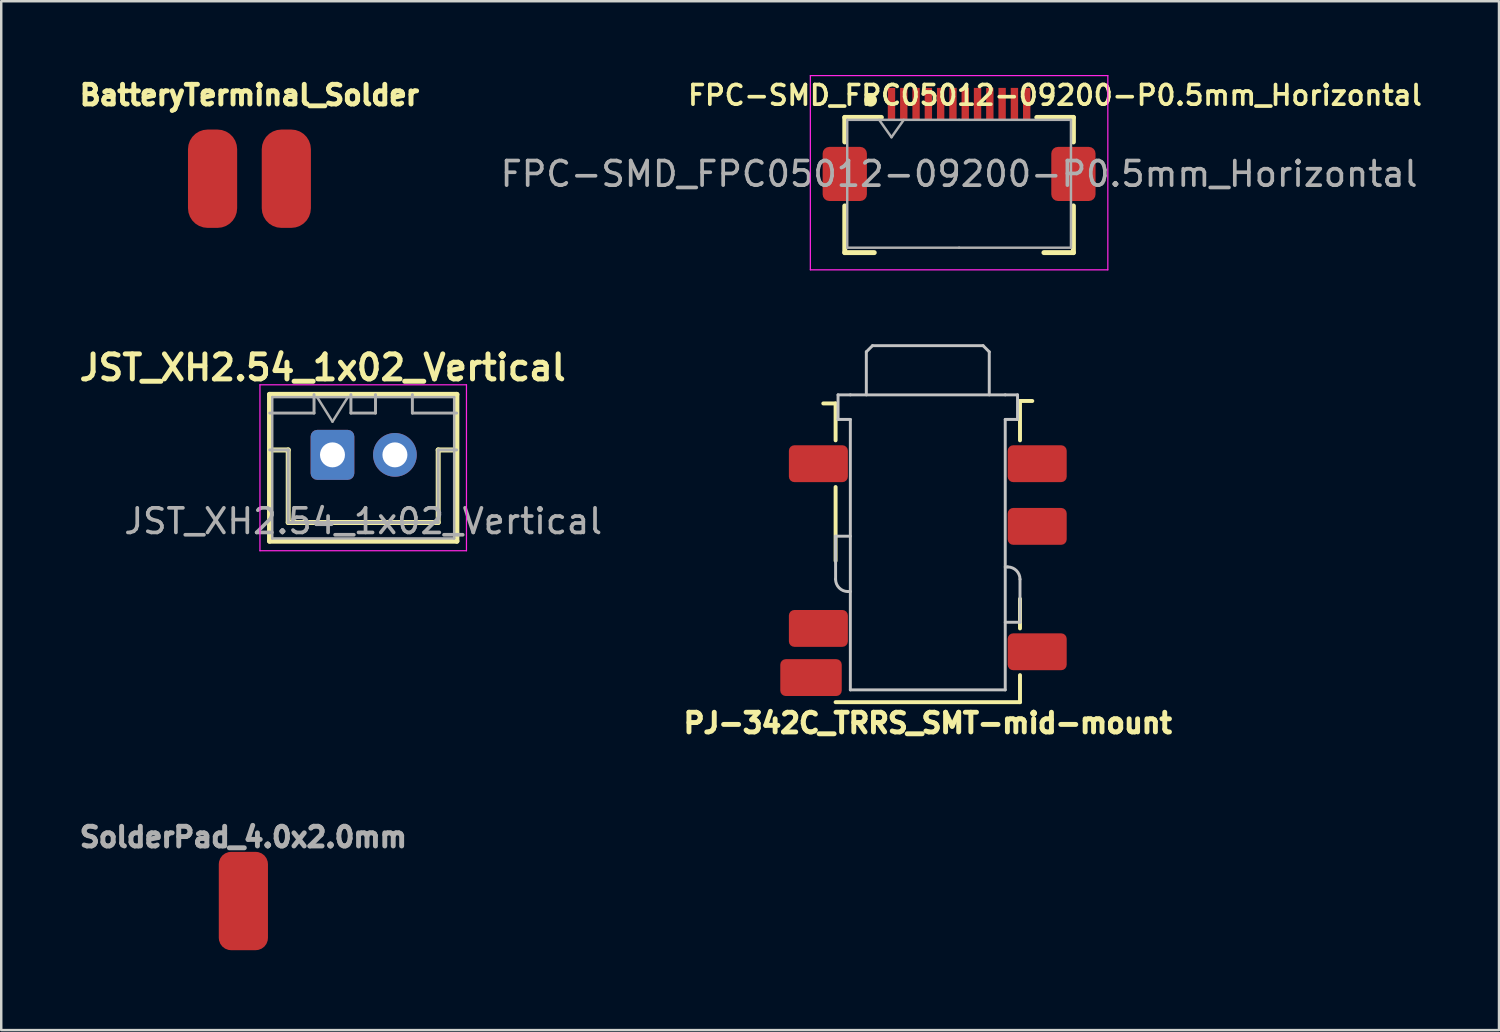
<source format=kicad_pcb>
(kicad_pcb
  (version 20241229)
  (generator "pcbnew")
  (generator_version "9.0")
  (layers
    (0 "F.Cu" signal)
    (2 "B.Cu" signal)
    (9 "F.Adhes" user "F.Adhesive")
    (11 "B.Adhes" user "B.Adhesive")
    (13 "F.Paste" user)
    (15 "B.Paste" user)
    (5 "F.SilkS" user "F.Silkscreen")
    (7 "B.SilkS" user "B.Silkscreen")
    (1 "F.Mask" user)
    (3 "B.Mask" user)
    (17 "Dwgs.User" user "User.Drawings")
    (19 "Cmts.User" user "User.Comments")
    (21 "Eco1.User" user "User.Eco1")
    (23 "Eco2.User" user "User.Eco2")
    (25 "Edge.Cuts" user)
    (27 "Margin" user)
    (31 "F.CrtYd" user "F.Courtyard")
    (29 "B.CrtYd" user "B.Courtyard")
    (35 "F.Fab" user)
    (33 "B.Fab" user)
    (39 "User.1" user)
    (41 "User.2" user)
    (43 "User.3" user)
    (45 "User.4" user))
  (footprint "FPC-SMD_FPC05012-09200-P0.5mm_Horizontal"
    (layer "F.Cu")
    (at 35.96 3.025)
    (property "Reference" "FPC-SMD_FPC05012-09200-P0.5mm_Horizontal" (at 3.9 -2.2 0) (unlocked yes) (layer "F.SilkS") (effects (font (size 0.8 0.8) (thickness 0.15))))
    (attr smd)
    (fp_line (start -4.65 -1.3) (end -4.65 -0.3) (stroke (width 0.2) (type solid)) (layer "F.SilkS"))
    (fp_line (start -4.65 2.3) (end -4.65 4.2) (stroke (width 0.2) (type solid)) (layer "F.SilkS"))
    (fp_line (start -3.45 4.2) (end -4.65 4.2) (stroke (width 0.2) (type solid)) (layer "F.SilkS"))
    (fp_line (start -3.16 -1.3) (end -4.65 -1.3) (stroke (width 0.2) (type solid)) (layer "F.SilkS"))
    (fp_line (start 3.16 -1.3) (end 4.65 -1.3) (stroke (width 0.2) (type solid)) (layer "F.SilkS"))
    (fp_line (start 4.65 -1.3) (end 4.65 -0.3) (stroke (width 0.2) (type solid)) (layer "F.SilkS"))
    (fp_line (start 4.65 4.2) (end 3.45 4.2) (stroke (width 0.2) (type solid)) (layer "F.SilkS"))
    (fp_line (start 4.65 4.2) (end 4.65 2.3) (stroke (width 0.2) (type solid)) (layer "F.SilkS"))
    (fp_circle (center -3.6 -2) (end -3.4 -2) (stroke (width 0.12) (type solid)) (fill yes) (layer "F.SilkS"))
    (fp_line (start -6.05 -3) (end -6.05 4.9) (stroke (width 0.05) (type solid)) (layer "F.CrtYd"))
    (fp_line (start -6.05 4.9) (end 6.05 4.9) (stroke (width 0.05) (type solid)) (layer "F.CrtYd"))
    (fp_line (start 6.05 -3) (end -6.05 -3) (stroke (width 0.05) (type solid)) (layer "F.CrtYd"))
    (fp_line (start 6.05 4.9) (end 6.05 -3) (stroke (width 0.05) (type solid)) (layer "F.CrtYd"))
    (fp_line (start -4.55 -1.2) (end -4.55 4) (stroke (width 0.1) (type solid)) (layer "F.Fab"))
    (fp_line (start -4.55 4) (end 0 4) (stroke (width 0.1) (type solid)) (layer "F.Fab"))
    (fp_line (start -3.25 -1.2) (end -2.75 -0.493) (stroke (width 0.1) (type solid)) (layer "F.Fab"))
    (fp_line (start -2.75 -0.493) (end -2.25 -1.2) (stroke (width 0.1) (type solid)) (layer "F.Fab"))
    (fp_line (start 0 -1.2) (end -4.55 -1.2) (stroke (width 0.1) (type solid)) (layer "F.Fab"))
    (fp_line (start 0 -1.2) (end 4.55 -1.2) (stroke (width 0.1) (type solid)) (layer "F.Fab"))
    (fp_line (start 4.55 -1.2) (end 4.55 4) (stroke (width 0.1) (type solid)) (layer "F.Fab"))
    (fp_line (start 4.55 4) (end 0 4) (stroke (width 0.1) (type solid)) (layer "F.Fab"))
    (fp_text user "${REFERENCE}" (at 0 1 0) (layer "F.Fab") (effects (font (size 1 1) (thickness 0.15))))
    (pad "1" smd rect (at -2.75 -1.85) (size 0.3 1.3) (layers "F.Cu" "F.Mask" "F.Paste"))
    (pad "2" smd rect (at -2.25 -1.85) (size 0.3 1.3) (layers "F.Cu" "F.Mask" "F.Paste"))
    (pad "3" smd rect (at -1.75 -1.85) (size 0.3 1.3) (layers "F.Cu" "F.Mask" "F.Paste"))
    (pad "4" smd rect (at -1.25 -1.85) (size 0.3 1.3) (layers "F.Cu" "F.Mask" "F.Paste"))
    (pad "5" smd rect (at -0.75 -1.85) (size 0.3 1.3) (layers "F.Cu" "F.Mask" "F.Paste"))
    (pad "6" smd rect (at -0.25 -1.85) (size 0.3 1.3) (layers "F.Cu" "F.Mask" "F.Paste"))
    (pad "7" smd rect (at 0.25 -1.85) (size 0.3 1.3) (layers "F.Cu" "F.Mask" "F.Paste"))
    (pad "8" smd rect (at 0.75 -1.85) (size 0.3 1.3) (layers "F.Cu" "F.Mask" "F.Paste"))
    (pad "9" smd rect (at 1.25 -1.85) (size 0.3 1.3) (layers "F.Cu" "F.Mask" "F.Paste"))
    (pad "10" smd rect (at 1.75 -1.85) (size 0.3 1.3) (layers "F.Cu" "F.Mask" "F.Paste"))
    (pad "11" smd rect (at 2.25 -1.85) (size 0.3 1.3) (layers "F.Cu" "F.Mask" "F.Paste"))
    (pad "12" smd rect (at 2.75 -1.85) (size 0.3 1.3) (layers "F.Cu" "F.Mask" "F.Paste"))
    (pad "MP" smd roundrect (at -4.65 1) (size 1.8 2.2) (layers "F.Cu" "F.Mask" "F.Paste") (roundrect_rratio 0.15))
    (pad "MP" smd roundrect (at 4.65 1) (size 1.8 2.2) (layers "F.Cu" "F.Mask" "F.Paste") (roundrect_rratio 0.15)))
  (footprint "SolderPad_4.0x2.0mm"
    (layer "F.Cu")
    (at 6.849 35.598)
    (property "Reference" "SolderPad_4.0x2.0mm" (at 0 -4.6 0) (layer "F.Fab") (effects (font (size 0.8 0.8) (thickness 0.2))))
    (attr through_hole)
    (pad "1" smd roundrect (at 0 -2) (size 2 4) (layers "F.Cu" "F.Mask") (roundrect_rratio 0.25)))
  (footprint "JST_XH2.54_1x02_Vertical"
    (layer "F.Cu")
    (at 10.473 15.451)
    (property "Reference" "JST_XH2.54_1x02_Vertical" (at -0.4 -3.55 0) (layer "F.SilkS") (effects (font (size 1.016 1.016) (thickness 0.203))))
    (attr through_hole)
    (fp_line (start -2.56 -2.46) (end -2.56 3.51) (stroke (width 0.203) (type solid)) (layer "F.SilkS"))
    (fp_line (start -2.56 3.51) (end 5.06 3.51) (stroke (width 0.203) (type solid)) (layer "F.SilkS"))
    (fp_line (start -2.55 -2.45) (end -2.55 -1.7) (stroke (width 0.12) (type solid)) (layer "F.SilkS"))
    (fp_line (start -2.55 -0.2) (end -1.8 -0.2) (stroke (width 0.203) (type solid)) (layer "F.SilkS"))
    (fp_line (start -1.8 -0.2) (end -1.8 2.75) (stroke (width 0.203) (type solid)) (layer "F.SilkS"))
    (fp_line (start -1.8 2.75) (end 1.25 2.75) (stroke (width 0.203) (type solid)) (layer "F.SilkS"))
    (fp_line (start 1.75 -2.45) (end 0.75 -2.45) (stroke (width 0.12) (type solid)) (layer "F.SilkS"))
    (fp_line (start 4.3 -0.2) (end 4.3 2.75) (stroke (width 0.203) (type solid)) (layer "F.SilkS"))
    (fp_line (start 4.3 2.75) (end 1.25 2.75) (stroke (width 0.203) (type solid)) (layer "F.SilkS"))
    (fp_line (start 5.05 -2.45) (end 3.25 -2.45) (stroke (width 0.12) (type solid)) (layer "F.SilkS"))
    (fp_line (start 5.05 -1.7) (end 5.05 -2.45) (stroke (width 0.12) (type solid)) (layer "F.SilkS"))
    (fp_line (start 5.05 -0.2) (end 4.3 -0.2) (stroke (width 0.203) (type solid)) (layer "F.SilkS"))
    (fp_line (start 5.06 -2.46) (end -2.56 -2.46) (stroke (width 0.203) (type solid)) (layer "F.SilkS"))
    (fp_line (start 5.06 3.51) (end 5.06 -2.46) (stroke (width 0.203) (type solid)) (layer "F.SilkS"))
    (fp_line (start -2.95 -2.85) (end -2.95 3.9) (stroke (width 0.05) (type solid)) (layer "F.CrtYd"))
    (fp_line (start -2.95 3.9) (end 5.45 3.9) (stroke (width 0.05) (type solid)) (layer "F.CrtYd"))
    (fp_line (start 5.45 -2.85) (end -2.95 -2.85) (stroke (width 0.05) (type solid)) (layer "F.CrtYd"))
    (fp_line (start 5.45 3.9) (end 5.45 -2.85) (stroke (width 0.05) (type solid)) (layer "F.CrtYd"))
    (fp_line (start -2.55 -1.7) (end -0.75 -1.7) (stroke (width 0.12) (type solid)) (layer "F.Fab"))
    (fp_line (start -2.55 -0.2) (end -1.8 -0.2) (stroke (width 0.12) (type solid)) (layer "F.Fab"))
    (fp_line (start -2.45 -2.35) (end -2.45 3.4) (stroke (width 0.1) (type solid)) (layer "F.Fab"))
    (fp_line (start -2.45 3.4) (end 4.95 3.4) (stroke (width 0.1) (type solid)) (layer "F.Fab"))
    (fp_line (start -1.8 -0.2) (end -1.8 2.75) (stroke (width 0.12) (type solid)) (layer "F.Fab"))
    (fp_line (start -1.8 2.75) (end 1.25 2.75) (stroke (width 0.12) (type solid)) (layer "F.Fab"))
    (fp_line (start -0.75 -1.7) (end -0.75 -2.45) (stroke (width 0.12) (type solid)) (layer "F.Fab"))
    (fp_line (start -0.625 -2.35) (end 0 -1.35) (stroke (width 0.1) (type solid)) (layer "F.Fab"))
    (fp_line (start 0 -1.35) (end 0.625 -2.35) (stroke (width 0.1) (type solid)) (layer "F.Fab"))
    (fp_line (start 0.75 -2.45) (end 0.75 -1.7) (stroke (width 0.12) (type solid)) (layer "F.Fab"))
    (fp_line (start 0.75 -1.7) (end 1.75 -1.7) (stroke (width 0.12) (type solid)) (layer "F.Fab"))
    (fp_line (start 1.75 -1.7) (end 1.75 -2.45) (stroke (width 0.12) (type solid)) (layer "F.Fab"))
    (fp_line (start 3.25 -2.45) (end 3.25 -1.7) (stroke (width 0.12) (type solid)) (layer "F.Fab"))
    (fp_line (start 3.25 -1.7) (end 5.05 -1.7) (stroke (width 0.12) (type solid)) (layer "F.Fab"))
    (fp_line (start 4.3 -0.2) (end 4.3 2.75) (stroke (width 0.12) (type solid)) (layer "F.Fab"))
    (fp_line (start 4.3 2.75) (end 1.25 2.75) (stroke (width 0.12) (type solid)) (layer "F.Fab"))
    (fp_line (start 4.95 -2.35) (end -2.45 -2.35) (stroke (width 0.1) (type solid)) (layer "F.Fab"))
    (fp_line (start 4.95 3.4) (end 4.95 -2.35) (stroke (width 0.1) (type solid)) (layer "F.Fab"))
    (fp_line (start 5.05 -0.2) (end 4.3 -0.2) (stroke (width 0.12) (type solid)) (layer "F.Fab"))
    (fp_text user "${REFERENCE}" (at 1.25 2.7 0) (layer "F.Fab") (effects (font (size 1 1) (thickness 0.15))))
    (pad "1" thru_hole roundrect (at 0 0) (size 1.778 2.032) (drill 1.016) (layers "*.Cu" "*.Mask") (roundrect_rratio 0.15))
    (pad "2" thru_hole circle (at 2.54 0) (size 1.778 1.778) (drill 1.016) (layers "*.Cu" "*.Mask")))
  (footprint "BatteryTerminal_Solder"
    (layer "F.Cu")
    (at 7.096 6.219)
    (property "Reference" "BatteryTerminal_Solder" (at 0 -5.4 0) (layer "F.SilkS") (effects (font (size 0.8 0.8) (thickness 0.2))))
    (attr through_hole)
    (pad "1" smd roundrect (at -1.5 -2) (size 2 4) (layers "F.Cu" "F.Mask" "F.Paste") (roundrect_rratio 0.4))
    (pad "2" smd roundrect (at 1.5 -2) (size 2 4) (layers "F.Cu" "F.Mask" "F.Paste") (roundrect_rratio 0.4)))
  (footprint "PJ-342C_TRRS_SMT-mid-mount"
    (layer "F.Cu")
    (at 34.687 13.01)
    (property "Reference" "PJ-342C_TRRS_SMT-mid-mount" (at 0 13.35 0) (layer "F.SilkS") (effects (font (size 0.8 0.8) (thickness 0.2))))
    (attr through_hole)
    (fp_line (start -3.75 0.35) (end -4.25 0.35) (stroke (width 0.16) (type solid)) (layer "F.SilkS"))
    (fp_line (start -3.75 1.85) (end -3.75 0.35) (stroke (width 0.16) (type solid)) (layer "F.SilkS"))
    (fp_line (start -3.75 3.75) (end -3.75 6.75) (stroke (width 0.16) (type solid)) (layer "F.SilkS"))
    (fp_line (start 3.75 1.85) (end 3.75 0.25) (stroke (width 0.16) (type solid)) (layer "F.SilkS"))
    (fp_line (start 3.75 9.5) (end 3.75 8.3) (stroke (width 0.16) (type solid)) (layer "F.SilkS"))
    (fp_line (start 3.75 11.4) (end 3.75 12.5) (stroke (width 0.16) (type solid)) (layer "F.SilkS"))
    (fp_line (start 3.75 12.5) (end -3.75 12.5) (stroke (width 0.16) (type solid)) (layer "F.SilkS"))
    (fp_line (start 4.25 0.25) (end 3.75 0.25) (stroke (width 0.16) (type solid)) (layer "F.SilkS"))
    (fp_line (start -3.75 5.75) (end -3.15 5.75) (stroke (width 0.12) (type solid)) (layer "Dwgs.User"))
    (fp_line (start -3.75 7.5) (end -3.75 5.75) (stroke (width 0.12) (type solid)) (layer "Dwgs.User"))
    (fp_line (start -3.65 0) (end -3.65 1) (stroke (width 0.12) (type solid)) (layer "Dwgs.User"))
    (fp_line (start -3.65 1) (end -3.15 1) (stroke (width 0.12) (type solid)) (layer "Dwgs.User"))
    (fp_line (start -3.15 0) (end -3.65 0) (stroke (width 0.12) (type solid)) (layer "Dwgs.User"))
    (fp_line (start -3.15 0) (end 3.15 0) (stroke (width 0.12) (type solid)) (layer "Dwgs.User"))
    (fp_line (start -3.15 1) (end -3.15 12) (stroke (width 0.12) (type solid)) (layer "Dwgs.User"))
    (fp_line (start -3.15 8) (end -3.25 8) (stroke (width 0.12) (type solid)) (layer "Dwgs.User"))
    (fp_line (start -3.15 12) (end 3.15 12) (stroke (width 0.12) (type solid)) (layer "Dwgs.User"))
    (fp_line (start -2.5 -1.75) (end -2.5 0) (stroke (width 0.12) (type solid)) (layer "Dwgs.User"))
    (fp_line (start -2.25 -2) (end -2.5 -1.75) (stroke (width 0.12) (type solid)) (layer "Dwgs.User"))
    (fp_line (start 2.25 -2) (end -2.25 -2) (stroke (width 0.12) (type solid)) (layer "Dwgs.User"))
    (fp_line (start 2.5 -1.75) (end 2.25 -2) (stroke (width 0.12) (type solid)) (layer "Dwgs.User"))
    (fp_line (start 2.5 0) (end 2.5 -1.75) (stroke (width 0.12) (type solid)) (layer "Dwgs.User"))
    (fp_line (start 3.15 0) (end 3.65 0) (stroke (width 0.12) (type solid)) (layer "Dwgs.User"))
    (fp_line (start 3.15 7) (end 3.25 7) (stroke (width 0.12) (type solid)) (layer "Dwgs.User"))
    (fp_line (start 3.15 12) (end 3.15 1) (stroke (width 0.12) (type solid)) (layer "Dwgs.User"))
    (fp_line (start 3.65 0) (end 3.65 1) (stroke (width 0.12) (type solid)) (layer "Dwgs.User"))
    (fp_line (start 3.65 1) (end 3.15 1) (stroke (width 0.12) (type solid)) (layer "Dwgs.User"))
    (fp_line (start 3.75 7.5) (end 3.75 9.25) (stroke (width 0.12) (type solid)) (layer "Dwgs.User"))
    (fp_line (start 3.75 9.25) (end 3.15 9.25) (stroke (width 0.12) (type solid)) (layer "Dwgs.User"))
    (fp_arc (start -3.25 8) (mid -3.603553 7.853553) (end -3.75 7.5) (stroke (width 0.12) (type solid)) (layer "Dwgs.User"))
    (fp_arc (start 3.25 7) (mid 3.603553 7.146447) (end 3.75 7.5) (stroke (width 0.12) (type solid)) (layer "Dwgs.User"))
    (fp_line (start -6.5 0) (end -3.25 0) (stroke (width 0.12) (type solid)) (layer "Eco1.User"))
    (fp_line (start -3.25 0) (end -3.25 6.9) (stroke (width 0.12) (type solid)) (layer "Eco1.User"))
    (fp_line (start -3.25 6.9) (end -3.4 6.9) (stroke (width 0.12) (type solid)) (layer "Eco1.User"))
    (fp_line (start -3.25 8.1) (end -3.4 8.1) (stroke (width 0.12) (type solid)) (layer "Eco1.User"))
    (fp_line (start -3.25 12) (end -3.25 8.1) (stroke (width 0.12) (type solid)) (layer "Eco1.User"))
    (fp_line (start -3 12.25) (end 3 12.25) (stroke (width 0.12) (type solid)) (layer "Eco1.User"))
    (fp_line (start 3.25 0) (end 6.5 0) (stroke (width 0.12) (type solid)) (layer "Eco1.User"))
    (fp_line (start 3.25 6.9) (end 3.25 0) (stroke (width 0.12) (type solid)) (layer "Eco1.User"))
    (fp_line (start 3.25 6.9) (end 3.4 6.9) (stroke (width 0.12) (type solid)) (layer "Eco1.User"))
    (fp_line (start 3.25 8.1) (end 3.25 12) (stroke (width 0.12) (type solid)) (layer "Eco1.User"))
    (fp_line (start 3.4 8.1) (end 3.25 8.1) (stroke (width 0.12) (type solid)) (layer "Eco1.User"))
    (fp_arc (start -3.4 8.1) (mid -4 7.5) (end -3.4 6.9) (stroke (width 0.12) (type solid)) (layer "Eco1.User"))
    (fp_arc (start -3 12.25) (mid -3.176777 12.176777) (end -3.25 12) (stroke (width 0.12) (type solid)) (layer "Eco1.User"))
    (fp_arc (start 3.25 12) (mid 3.176777 12.176777) (end 3 12.25) (stroke (width 0.12) (type solid)) (layer "Eco1.User"))
    (fp_arc (start 3.4 6.9) (mid 4 7.5) (end 3.4 8.1) (stroke (width 0.12) (type solid)) (layer "Eco1.User"))
    (pad "1" smd roundrect (at 4.45 2.8) (size 2.4 1.5) (layers "F.Cu" "F.Mask" "F.Paste") (roundrect_rratio 0.15))
    (pad "2" smd roundrect (at -4.45 2.8) (size 2.4 1.5) (layers "F.Cu" "F.Mask" "F.Paste") (roundrect_rratio 0.15))
    (pad "3" smd roundrect (at 4.45 5.35) (size 2.4 1.5) (layers "F.Cu" "F.Mask" "F.Paste") (roundrect_rratio 0.15))
    (pad "4" smd roundrect (at -4.45 9.5) (size 2.4 1.5) (layers "F.Cu" "F.Mask" "F.Paste") (roundrect_rratio 0.15))
    (pad "5" smd roundrect (at -4.75 11.5) (size 2.5 1.5) (layers "F.Cu" "F.Mask" "F.Paste") (roundrect_rratio 0.15))
    (pad "6" smd roundrect (at 4.45 10.45) (size 2.4 1.5) (layers "F.Cu" "F.Mask" "F.Paste") (roundrect_rratio 0.15)))
  (gr_rect
    (start -3 -3)
    (end 57.92 38.848)
    (stroke (width 0.1) (type default))
    (fill no)
    (layer "Edge.Cuts")))
</source>
